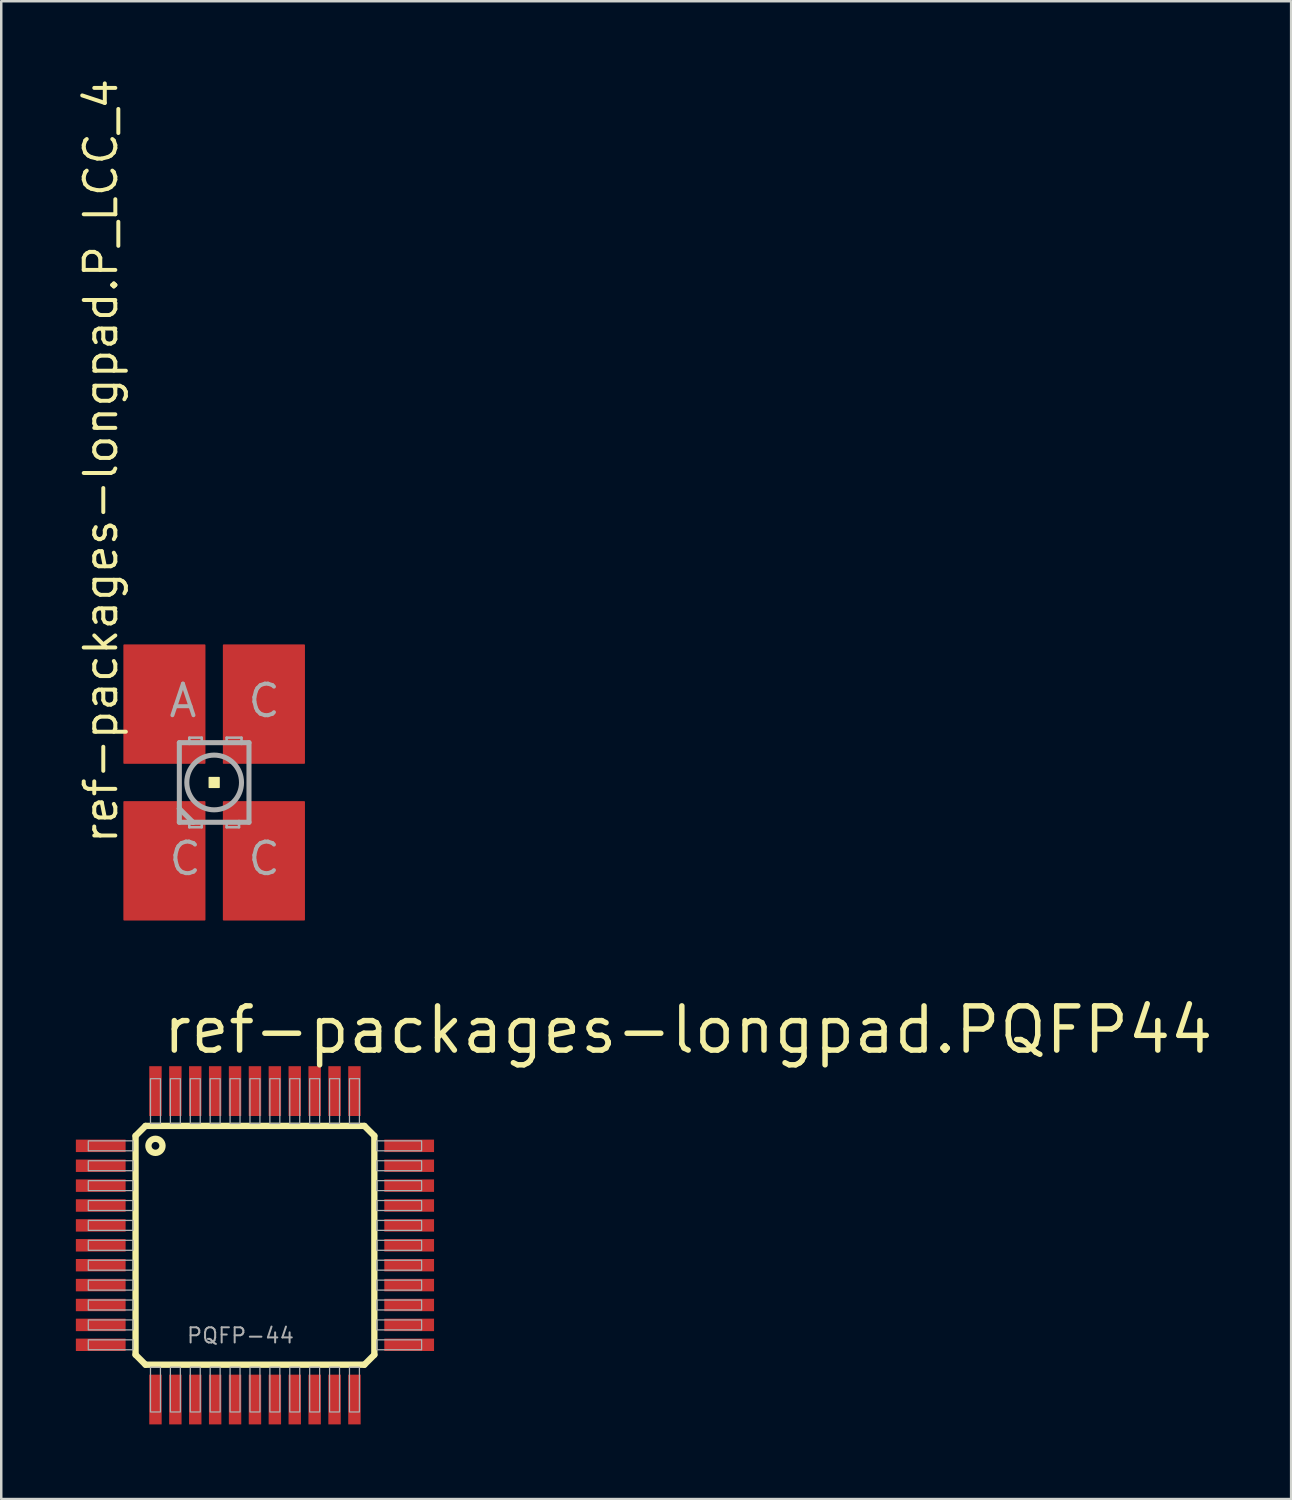
<source format=kicad_pcb>
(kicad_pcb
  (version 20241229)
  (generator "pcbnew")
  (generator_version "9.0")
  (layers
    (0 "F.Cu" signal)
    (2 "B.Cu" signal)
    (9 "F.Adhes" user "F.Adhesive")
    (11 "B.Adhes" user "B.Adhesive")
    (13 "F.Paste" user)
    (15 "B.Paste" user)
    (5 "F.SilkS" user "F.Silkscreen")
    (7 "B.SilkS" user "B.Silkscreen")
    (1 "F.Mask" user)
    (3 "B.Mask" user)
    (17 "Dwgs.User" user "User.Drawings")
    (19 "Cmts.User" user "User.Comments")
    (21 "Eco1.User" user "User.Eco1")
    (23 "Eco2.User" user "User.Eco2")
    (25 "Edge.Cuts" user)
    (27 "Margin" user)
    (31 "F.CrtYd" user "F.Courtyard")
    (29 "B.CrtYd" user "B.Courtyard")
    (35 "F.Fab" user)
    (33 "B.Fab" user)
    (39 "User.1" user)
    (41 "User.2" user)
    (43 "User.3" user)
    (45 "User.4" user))
  (footprint "ref-packages-longpad.PQFP44"
    (layer "F.Cu")
    (at 7.2 47.016)
    (property "Reference" "ref-packages-longpad.PQFP44" (at -3.81 -7.62 0) (layer "F.SilkS") (effects (font (size 1.778 1.778) (thickness 0.22)) (justify left bottom)))
    (attr smd)
    (fp_line (start -4.8 -4.4) (end -4.4 -4.8) (stroke (width 0.254) (type default)) (layer "F.SilkS"))
    (fp_line (start -4.8 4.4) (end -4.8 -4.4) (stroke (width 0.254) (type default)) (layer "F.SilkS"))
    (fp_line (start -4.4 -4.8) (end 4.4 -4.8) (stroke (width 0.254) (type default)) (layer "F.SilkS"))
    (fp_line (start -4.4 4.8) (end -4.8 4.4) (stroke (width 0.254) (type default)) (layer "F.SilkS"))
    (fp_line (start 4.4 -4.8) (end 4.8 -4.4) (stroke (width 0.254) (type default)) (layer "F.SilkS"))
    (fp_line (start 4.4 4.8) (end -4.4 4.8) (stroke (width 0.254) (type default)) (layer "F.SilkS"))
    (fp_line (start 4.8 -4.4) (end 4.8 4.4) (stroke (width 0.254) (type default)) (layer "F.SilkS"))
    (fp_line (start 4.8 4.4) (end 4.4 4.8) (stroke (width 0.254) (type default)) (layer "F.SilkS"))
    (fp_circle (center -4 -4) (end -3.717 -4) (stroke (width 0.254) (type default)) (fill no) (layer "F.SilkS"))
    (fp_rect (start -6.7 -3.8) (end -4.9 -4.2) (stroke (width 0.05) (type default)) (fill no) (layer "F.Fab"))
    (fp_rect (start -6.7 -3) (end -4.9 -3.4) (stroke (width 0.05) (type default)) (fill no) (layer "F.Fab"))
    (fp_rect (start -6.7 -2.2) (end -4.9 -2.6) (stroke (width 0.05) (type default)) (fill no) (layer "F.Fab"))
    (fp_rect (start -6.7 -1.4) (end -4.9 -1.8) (stroke (width 0.05) (type default)) (fill no) (layer "F.Fab"))
    (fp_rect (start -6.7 -0.6) (end -4.9 -1) (stroke (width 0.05) (type default)) (fill no) (layer "F.Fab"))
    (fp_rect (start -6.7 0.2) (end -4.9 -0.2) (stroke (width 0.05) (type default)) (fill no) (layer "F.Fab"))
    (fp_rect (start -6.7 1) (end -4.9 0.6) (stroke (width 0.05) (type default)) (fill no) (layer "F.Fab"))
    (fp_rect (start -6.7 1.8) (end -4.9 1.4) (stroke (width 0.05) (type default)) (fill no) (layer "F.Fab"))
    (fp_rect (start -6.7 2.6) (end -4.9 2.2) (stroke (width 0.05) (type default)) (fill no) (layer "F.Fab"))
    (fp_rect (start -6.7 3.4) (end -4.9 3) (stroke (width 0.05) (type default)) (fill no) (layer "F.Fab"))
    (fp_rect (start -6.7 4.2) (end -4.9 3.8) (stroke (width 0.05) (type default)) (fill no) (layer "F.Fab"))
    (fp_rect (start -4.2 -4.9) (end -3.8 -6.7) (stroke (width 0.05) (type default)) (fill no) (layer "F.Fab"))
    (fp_rect (start -4.2 6.7) (end -3.8 4.9) (stroke (width 0.05) (type default)) (fill no) (layer "F.Fab"))
    (fp_rect (start -3.4 -4.9) (end -3 -6.7) (stroke (width 0.05) (type default)) (fill no) (layer "F.Fab"))
    (fp_rect (start -3.4 6.7) (end -3 4.9) (stroke (width 0.05) (type default)) (fill no) (layer "F.Fab"))
    (fp_rect (start -2.6 -4.9) (end -2.2 -6.7) (stroke (width 0.05) (type default)) (fill no) (layer "F.Fab"))
    (fp_rect (start -2.6 6.7) (end -2.2 4.9) (stroke (width 0.05) (type default)) (fill no) (layer "F.Fab"))
    (fp_rect (start -1.8 -4.9) (end -1.4 -6.7) (stroke (width 0.05) (type default)) (fill no) (layer "F.Fab"))
    (fp_rect (start -1.8 6.7) (end -1.4 4.9) (stroke (width 0.05) (type default)) (fill no) (layer "F.Fab"))
    (fp_rect (start -1 -4.9) (end -0.6 -6.7) (stroke (width 0.05) (type default)) (fill no) (layer "F.Fab"))
    (fp_rect (start -1 6.7) (end -0.6 4.9) (stroke (width 0.05) (type default)) (fill no) (layer "F.Fab"))
    (fp_rect (start -0.2 -4.9) (end 0.2 -6.7) (stroke (width 0.05) (type default)) (fill no) (layer "F.Fab"))
    (fp_rect (start -0.2 6.7) (end 0.2 4.9) (stroke (width 0.05) (type default)) (fill no) (layer "F.Fab"))
    (fp_rect (start 0.6 -4.9) (end 1 -6.7) (stroke (width 0.05) (type default)) (fill no) (layer "F.Fab"))
    (fp_rect (start 0.6 6.7) (end 1 4.9) (stroke (width 0.05) (type default)) (fill no) (layer "F.Fab"))
    (fp_rect (start 1.4 -4.9) (end 1.8 -6.7) (stroke (width 0.05) (type default)) (fill no) (layer "F.Fab"))
    (fp_rect (start 1.4 6.7) (end 1.8 4.9) (stroke (width 0.05) (type default)) (fill no) (layer "F.Fab"))
    (fp_rect (start 2.2 -4.9) (end 2.6 -6.7) (stroke (width 0.05) (type default)) (fill no) (layer "F.Fab"))
    (fp_rect (start 2.2 6.7) (end 2.6 4.9) (stroke (width 0.05) (type default)) (fill no) (layer "F.Fab"))
    (fp_rect (start 3 -4.9) (end 3.4 -6.7) (stroke (width 0.05) (type default)) (fill no) (layer "F.Fab"))
    (fp_rect (start 3 6.7) (end 3.4 4.9) (stroke (width 0.05) (type default)) (fill no) (layer "F.Fab"))
    (fp_rect (start 3.8 -4.9) (end 4.2 -6.7) (stroke (width 0.05) (type default)) (fill no) (layer "F.Fab"))
    (fp_rect (start 3.8 6.7) (end 4.2 4.9) (stroke (width 0.05) (type default)) (fill no) (layer "F.Fab"))
    (fp_rect (start 4.9 -3.8) (end 6.7 -4.2) (stroke (width 0.05) (type default)) (fill no) (layer "F.Fab"))
    (fp_rect (start 4.9 -3) (end 6.7 -3.4) (stroke (width 0.05) (type default)) (fill no) (layer "F.Fab"))
    (fp_rect (start 4.9 -2.2) (end 6.7 -2.6) (stroke (width 0.05) (type default)) (fill no) (layer "F.Fab"))
    (fp_rect (start 4.9 -1.4) (end 6.7 -1.8) (stroke (width 0.05) (type default)) (fill no) (layer "F.Fab"))
    (fp_rect (start 4.9 -0.6) (end 6.7 -1) (stroke (width 0.05) (type default)) (fill no) (layer "F.Fab"))
    (fp_rect (start 4.9 0.2) (end 6.7 -0.2) (stroke (width 0.05) (type default)) (fill no) (layer "F.Fab"))
    (fp_rect (start 4.9 1) (end 6.7 0.6) (stroke (width 0.05) (type default)) (fill no) (layer "F.Fab"))
    (fp_rect (start 4.9 1.8) (end 6.7 1.4) (stroke (width 0.05) (type default)) (fill no) (layer "F.Fab"))
    (fp_rect (start 4.9 2.6) (end 6.7 2.2) (stroke (width 0.05) (type default)) (fill no) (layer "F.Fab"))
    (fp_rect (start 4.9 3.4) (end 6.7 3) (stroke (width 0.05) (type default)) (fill no) (layer "F.Fab"))
    (fp_rect (start 4.9 4.2) (end 6.7 3.8) (stroke (width 0.05) (type default)) (fill no) (layer "F.Fab"))
    (fp_text user "PQFP-44" (at -2.785 3.985 0) (layer "F.Fab") (effects (font (size 0.61 0.61) (thickness 0.08)) (justify left bottom)))
    (pad "1" smd roundrect (at -6.2 -4) (size 2 0.5) (layers "F.Cu" "F.Mask" "F.Paste") (roundrect_rratio 0.01))
    (pad "2" smd roundrect (at -6.2 -3.2) (size 2 0.5) (layers "F.Cu" "F.Mask" "F.Paste") (roundrect_rratio 0.01))
    (pad "3" smd roundrect (at -6.2 -2.4) (size 2 0.5) (layers "F.Cu" "F.Mask" "F.Paste") (roundrect_rratio 0.01))
    (pad "4" smd roundrect (at -6.2 -1.6) (size 2 0.5) (layers "F.Cu" "F.Mask" "F.Paste") (roundrect_rratio 0.01))
    (pad "5" smd roundrect (at -6.2 -0.8) (size 2 0.5) (layers "F.Cu" "F.Mask" "F.Paste") (roundrect_rratio 0.01))
    (pad "6" smd roundrect (at -6.2 0) (size 2 0.5) (layers "F.Cu" "F.Mask" "F.Paste") (roundrect_rratio 0.01))
    (pad "7" smd roundrect (at -6.2 0.8) (size 2 0.5) (layers "F.Cu" "F.Mask" "F.Paste") (roundrect_rratio 0.01))
    (pad "8" smd roundrect (at -6.2 1.6) (size 2 0.5) (layers "F.Cu" "F.Mask" "F.Paste") (roundrect_rratio 0.01))
    (pad "9" smd roundrect (at -6.2 2.4) (size 2 0.5) (layers "F.Cu" "F.Mask" "F.Paste") (roundrect_rratio 0.01))
    (pad "10" smd roundrect (at -6.2 3.2) (size 2 0.5) (layers "F.Cu" "F.Mask" "F.Paste") (roundrect_rratio 0.01))
    (pad "11" smd roundrect (at -6.2 4) (size 2 0.5) (layers "F.Cu" "F.Mask" "F.Paste") (roundrect_rratio 0.01))
    (pad "12" smd roundrect (at -4 6.2) (size 0.5 2) (layers "F.Cu" "F.Mask" "F.Paste") (roundrect_rratio 0.01))
    (pad "13" smd roundrect (at -3.2 6.2) (size 0.5 2) (layers "F.Cu" "F.Mask" "F.Paste") (roundrect_rratio 0.01))
    (pad "14" smd roundrect (at -2.4 6.2) (size 0.5 2) (layers "F.Cu" "F.Mask" "F.Paste") (roundrect_rratio 0.01))
    (pad "15" smd roundrect (at -1.6 6.2) (size 0.5 2) (layers "F.Cu" "F.Mask" "F.Paste") (roundrect_rratio 0.01))
    (pad "16" smd roundrect (at -0.8 6.2) (size 0.5 2) (layers "F.Cu" "F.Mask" "F.Paste") (roundrect_rratio 0.01))
    (pad "17" smd roundrect (at 0 6.2) (size 0.5 2) (layers "F.Cu" "F.Mask" "F.Paste") (roundrect_rratio 0.01))
    (pad "18" smd roundrect (at 0.8 6.2) (size 0.5 2) (layers "F.Cu" "F.Mask" "F.Paste") (roundrect_rratio 0.01))
    (pad "19" smd roundrect (at 1.6 6.2) (size 0.5 2) (layers "F.Cu" "F.Mask" "F.Paste") (roundrect_rratio 0.01))
    (pad "20" smd roundrect (at 2.4 6.2) (size 0.5 2) (layers "F.Cu" "F.Mask" "F.Paste") (roundrect_rratio 0.01))
    (pad "21" smd roundrect (at 3.2 6.2) (size 0.5 2) (layers "F.Cu" "F.Mask" "F.Paste") (roundrect_rratio 0.01))
    (pad "22" smd roundrect (at 4 6.2) (size 0.5 2) (layers "F.Cu" "F.Mask" "F.Paste") (roundrect_rratio 0.01))
    (pad "23" smd roundrect (at 6.2 4) (size 2 0.5) (layers "F.Cu" "F.Mask" "F.Paste") (roundrect_rratio 0.01))
    (pad "24" smd roundrect (at 6.2 3.2) (size 2 0.5) (layers "F.Cu" "F.Mask" "F.Paste") (roundrect_rratio 0.01))
    (pad "25" smd roundrect (at 6.2 2.4) (size 2 0.5) (layers "F.Cu" "F.Mask" "F.Paste") (roundrect_rratio 0.01))
    (pad "26" smd roundrect (at 6.2 1.6) (size 2 0.5) (layers "F.Cu" "F.Mask" "F.Paste") (roundrect_rratio 0.01))
    (pad "27" smd roundrect (at 6.2 0.8) (size 2 0.5) (layers "F.Cu" "F.Mask" "F.Paste") (roundrect_rratio 0.01))
    (pad "28" smd roundrect (at 6.2 0) (size 2 0.5) (layers "F.Cu" "F.Mask" "F.Paste") (roundrect_rratio 0.01))
    (pad "29" smd roundrect (at 6.2 -0.8) (size 2 0.5) (layers "F.Cu" "F.Mask" "F.Paste") (roundrect_rratio 0.01))
    (pad "30" smd roundrect (at 6.2 -1.6) (size 2 0.5) (layers "F.Cu" "F.Mask" "F.Paste") (roundrect_rratio 0.01))
    (pad "31" smd roundrect (at 6.2 -2.4) (size 2 0.5) (layers "F.Cu" "F.Mask" "F.Paste") (roundrect_rratio 0.01))
    (pad "32" smd roundrect (at 6.2 -3.2) (size 2 0.5) (layers "F.Cu" "F.Mask" "F.Paste") (roundrect_rratio 0.01))
    (pad "33" smd roundrect (at 6.2 -4) (size 2 0.5) (layers "F.Cu" "F.Mask" "F.Paste") (roundrect_rratio 0.01))
    (pad "34" smd roundrect (at 4 -6.2) (size 0.5 2) (layers "F.Cu" "F.Mask" "F.Paste") (roundrect_rratio 0.01))
    (pad "35" smd roundrect (at 3.2 -6.2) (size 0.5 2) (layers "F.Cu" "F.Mask" "F.Paste") (roundrect_rratio 0.01))
    (pad "36" smd roundrect (at 2.4 -6.2) (size 0.5 2) (layers "F.Cu" "F.Mask" "F.Paste") (roundrect_rratio 0.01))
    (pad "37" smd roundrect (at 1.6 -6.2) (size 0.5 2) (layers "F.Cu" "F.Mask" "F.Paste") (roundrect_rratio 0.01))
    (pad "38" smd roundrect (at 0.8 -6.2) (size 0.5 2) (layers "F.Cu" "F.Mask" "F.Paste") (roundrect_rratio 0.01))
    (pad "39" smd roundrect (at 0 -6.2) (size 0.5 2) (layers "F.Cu" "F.Mask" "F.Paste") (roundrect_rratio 0.01))
    (pad "40" smd roundrect (at -0.8 -6.2) (size 0.5 2) (layers "F.Cu" "F.Mask" "F.Paste") (roundrect_rratio 0.01))
    (pad "41" smd roundrect (at -1.6 -6.2) (size 0.5 2) (layers "F.Cu" "F.Mask" "F.Paste") (roundrect_rratio 0.01))
    (pad "42" smd roundrect (at -2.4 -6.2) (size 0.5 2) (layers "F.Cu" "F.Mask" "F.Paste") (roundrect_rratio 0.01))
    (pad "43" smd roundrect (at -3.2 -6.2) (size 0.5 2) (layers "F.Cu" "F.Mask" "F.Paste") (roundrect_rratio 0.01))
    (pad "44" smd roundrect (at -4 -6.2) (size 0.5 2) (layers "F.Cu" "F.Mask" "F.Paste") (roundrect_rratio 0.01)))
  (footprint "ref-packages-longpad.P_LCC_4"
    (layer "F.Cu")
    (at 5.56 28.408)
    (property "Reference" "ref-packages-longpad.P_LCC_4" (at -3.81 2.54 90) (layer "F.SilkS") (effects (font (size 1.27 1.27) (thickness 0.16)) (justify left bottom)))
    (attr smd)
    (fp_rect (start -1.15 -0.75) (end -0.35 -1.85) (stroke (width 0.05) (type default)) (fill yes) (layer "F.Mask"))
    (fp_rect (start -1.15 1.85) (end -0.35 0.75) (stroke (width 0.05) (type default)) (fill yes) (layer "F.Mask"))
    (fp_rect (start 0.35 -0.75) (end 1.15 -1.85) (stroke (width 0.05) (type default)) (fill yes) (layer "F.Mask"))
    (fp_rect (start 0.35 1.85) (end 1.15 0.75) (stroke (width 0.05) (type default)) (fill yes) (layer "F.Mask"))
    (fp_rect (start -0.2 0.2) (end 0.2 -0.2) (stroke (width 0.05) (type default)) (fill yes) (layer "F.SilkS"))
    (fp_rect (start -1.1 -0.8) (end -0.4 -1.8) (stroke (width 0.05) (type default)) (fill yes) (layer "F.Paste"))
    (fp_rect (start -1.1 1.8) (end -0.4 0.8) (stroke (width 0.05) (type default)) (fill yes) (layer "F.Paste"))
    (fp_rect (start 0.4 -0.8) (end 1.1 -1.8) (stroke (width 0.05) (type default)) (fill yes) (layer "F.Paste"))
    (fp_rect (start 0.4 1.8) (end 1.1 0.8) (stroke (width 0.05) (type default)) (fill yes) (layer "F.Paste"))
    (fp_line (start -1.4 -1.6) (end -1.4 1.05) (stroke (width 0.203) (type default)) (layer "F.Fab"))
    (fp_line (start -1.4 1.05) (end -1.4 1.6) (stroke (width 0.203) (type default)) (layer "F.Fab"))
    (fp_line (start -1.4 1.6) (end -1 1.6) (stroke (width 0.203) (type default)) (layer "F.Fab"))
    (fp_line (start -1 -1.8) (end -0.5 -1.8) (stroke (width 0.102) (type default)) (layer "F.Fab"))
    (fp_line (start -1 -1.6) (end -1.4 -1.6) (stroke (width 0.203) (type default)) (layer "F.Fab"))
    (fp_line (start -1 -1.6) (end -1 -1.8) (stroke (width 0.102) (type default)) (layer "F.Fab"))
    (fp_line (start -1 1.6) (end -1 1.8) (stroke (width 0.102) (type default)) (layer "F.Fab"))
    (fp_line (start -1 1.6) (end -0.85 1.6) (stroke (width 0.203) (type default)) (layer "F.Fab"))
    (fp_line (start -1 1.8) (end -0.5 1.8) (stroke (width 0.102) (type default)) (layer "F.Fab"))
    (fp_line (start -0.85 1.6) (end -1.4 1.05) (stroke (width 0.203) (type default)) (layer "F.Fab"))
    (fp_line (start -0.85 1.6) (end 1 1.6) (stroke (width 0.203) (type default)) (layer "F.Fab"))
    (fp_line (start -0.5 -1.8) (end -0.5 -1.65) (stroke (width 0.102) (type default)) (layer "F.Fab"))
    (fp_line (start -0.5 1.8) (end -0.5 1.65) (stroke (width 0.102) (type default)) (layer "F.Fab"))
    (fp_line (start 0.5 -1.8) (end 1.1 -1.8) (stroke (width 0.102) (type default)) (layer "F.Fab"))
    (fp_line (start 0.5 -1.65) (end 0.5 -1.8) (stroke (width 0.102) (type default)) (layer "F.Fab"))
    (fp_line (start 0.5 1.65) (end 0.5 1.8) (stroke (width 0.102) (type default)) (layer "F.Fab"))
    (fp_line (start 0.5 1.8) (end 1 1.8) (stroke (width 0.102) (type default)) (layer "F.Fab"))
    (fp_line (start 1 1.6) (end 1.4 1.6) (stroke (width 0.203) (type default)) (layer "F.Fab"))
    (fp_line (start 1 1.8) (end 1 1.6) (stroke (width 0.102) (type default)) (layer "F.Fab"))
    (fp_line (start 1.1 -1.8) (end 1.1 -1.6) (stroke (width 0.102) (type default)) (layer "F.Fab"))
    (fp_line (start 1.1 -1.6) (end -1 -1.6) (stroke (width 0.203) (type default)) (layer "F.Fab"))
    (fp_line (start 1.4 -1.6) (end 1.1 -1.6) (stroke (width 0.203) (type default)) (layer "F.Fab"))
    (fp_line (start 1.4 1.6) (end 1.4 -1.6) (stroke (width 0.203) (type default)) (layer "F.Fab"))
    (fp_circle (center 0 0) (end 1.1 0) (stroke (width 0.203) (type default)) (fill no) (layer "F.Fab"))
    (fp_text user "C" (at 1.27 -2.54 0) (layer "F.Fab") (effects (font (size 1.27 1.27) (thickness 0.16)) (justify left bottom)))
    (fp_text user "C" (at -1.905 3.81 0) (layer "F.Fab") (effects (font (size 1.27 1.27) (thickness 0.16)) (justify left bottom)))
    (fp_text user "C" (at 1.27 3.81 0) (layer "F.Fab") (effects (font (size 1.27 1.27) (thickness 0.16)) (justify left bottom)))
    (fp_text user "A" (at -1.905 -2.54 0) (layer "F.Fab") (effects (font (size 1.27 1.27) (thickness 0.16)) (justify left bottom)))
    (pad "A" smd roundrect (at -2 -3.15) (size 3.3 4.8) (layers "F.Cu" "F.Mask" "F.Paste") (roundrect_rratio 0.01))
    (pad "C@1" smd roundrect (at -2 3.15) (size 3.3 4.8) (layers "F.Cu" "F.Mask" "F.Paste") (roundrect_rratio 0.01))
    (pad "C@3" smd roundrect (at 2 -3.15) (size 3.3 4.8) (layers "F.Cu" "F.Mask" "F.Paste") (roundrect_rratio 0.01))
    (pad "C@4" smd roundrect (at 2 3.15) (size 3.3 4.8) (layers "F.Cu" "F.Mask" "F.Paste") (roundrect_rratio 0.01)))
  (gr_rect
    (start -3 -3)
    (end 48.858 57.216)
    (stroke (width 0.1) (type default))
    (fill no)
    (layer "Edge.Cuts")))
</source>
